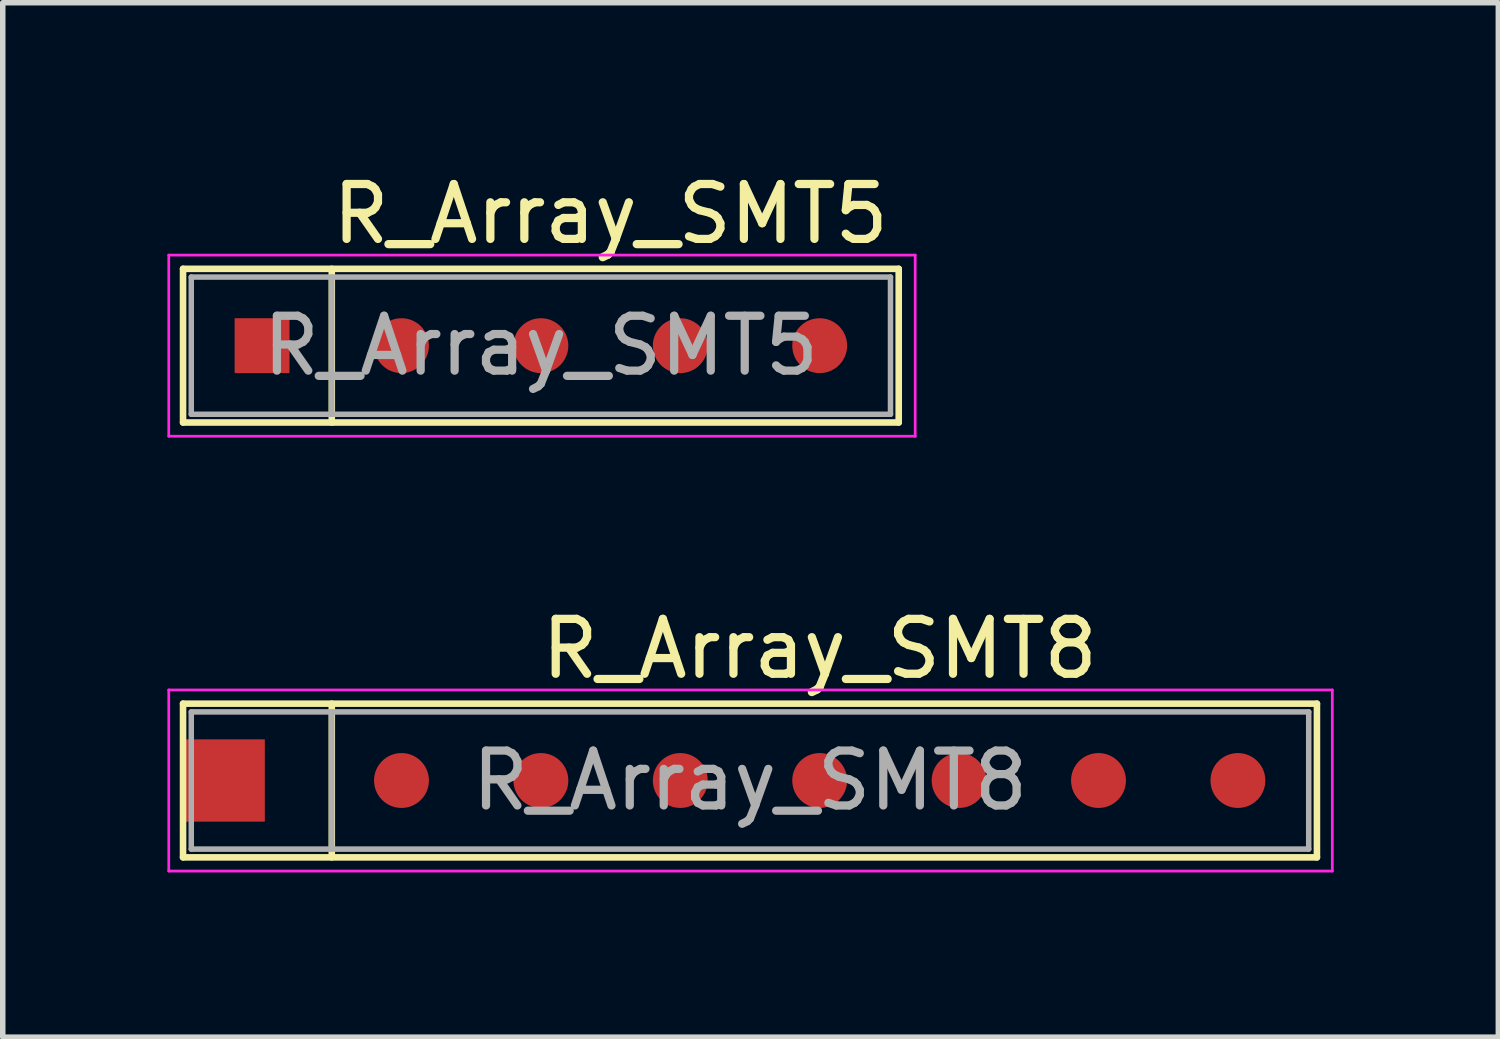
<source format=kicad_pcb>
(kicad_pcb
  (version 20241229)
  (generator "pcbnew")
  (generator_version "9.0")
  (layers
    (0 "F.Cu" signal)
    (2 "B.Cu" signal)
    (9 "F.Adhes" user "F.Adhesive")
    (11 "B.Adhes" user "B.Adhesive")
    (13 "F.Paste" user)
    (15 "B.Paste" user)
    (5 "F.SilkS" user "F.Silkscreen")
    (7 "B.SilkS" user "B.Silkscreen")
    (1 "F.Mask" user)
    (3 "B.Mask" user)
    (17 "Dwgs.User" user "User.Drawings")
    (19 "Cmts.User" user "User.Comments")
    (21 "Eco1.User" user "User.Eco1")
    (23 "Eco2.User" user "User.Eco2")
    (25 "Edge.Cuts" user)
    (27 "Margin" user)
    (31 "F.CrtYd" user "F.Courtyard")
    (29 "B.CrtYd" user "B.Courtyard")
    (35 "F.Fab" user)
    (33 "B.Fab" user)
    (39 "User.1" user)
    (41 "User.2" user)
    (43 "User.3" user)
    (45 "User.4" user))
  (footprint "R_Array_SMT8"
    (layer "F.Cu")
    (at 1.725 11.171)
    (property "Reference" "R_Array_SMT8" (at 10.16 -2.4 0) (layer "F.SilkS") (effects (font (size 1 1) (thickness 0.15))))
    (attr through_hole)
    (fp_line (start -1.44 -1.4) (end -1.44 1.4) (stroke (width 0.12) (type solid)) (layer "F.SilkS"))
    (fp_line (start -1.44 1.4) (end 19.22 1.4) (stroke (width 0.12) (type solid)) (layer "F.SilkS"))
    (fp_line (start 1.27 -1.4) (end 1.27 1.4) (stroke (width 0.12) (type solid)) (layer "F.SilkS"))
    (fp_line (start 19.22 -1.4) (end -1.44 -1.4) (stroke (width 0.12) (type solid)) (layer "F.SilkS"))
    (fp_line (start 19.22 1.4) (end 19.22 -1.4) (stroke (width 0.12) (type solid)) (layer "F.SilkS"))
    (fp_line (start -1.7 -1.65) (end -1.7 1.65) (stroke (width 0.05) (type solid)) (layer "F.CrtYd"))
    (fp_line (start -1.7 1.65) (end 19.5 1.65) (stroke (width 0.05) (type solid)) (layer "F.CrtYd"))
    (fp_line (start 19.5 -1.65) (end -1.7 -1.65) (stroke (width 0.05) (type solid)) (layer "F.CrtYd"))
    (fp_line (start 19.5 1.65) (end 19.5 -1.65) (stroke (width 0.05) (type solid)) (layer "F.CrtYd"))
    (fp_line (start -1.29 -1.25) (end -1.29 1.25) (stroke (width 0.1) (type solid)) (layer "F.Fab"))
    (fp_line (start -1.29 1.25) (end 19.07 1.25) (stroke (width 0.1) (type solid)) (layer "F.Fab"))
    (fp_line (start 1.27 -1.25) (end 1.27 1.25) (stroke (width 0.1) (type solid)) (layer "F.Fab"))
    (fp_line (start 19.07 -1.25) (end -1.29 -1.25) (stroke (width 0.1) (type solid)) (layer "F.Fab"))
    (fp_line (start 19.07 1.25) (end 19.07 -1.25) (stroke (width 0.1) (type solid)) (layer "F.Fab"))
    (fp_text user "${REFERENCE}" (at 8.89 0 0) (layer "F.Fab") (effects (font (size 1 1) (thickness 0.15))))
    (pad "1" smd rect (at -0.7 0) (size 1.5 1.5) (layers "F.Cu" "F.Mask" "F.Paste"))
    (pad "2" smd oval (at 2.54 0) (size 1 1) (layers "F.Cu" "F.Mask" "F.Paste"))
    (pad "3" smd oval (at 5.08 0) (size 1 1) (layers "F.Cu" "F.Mask" "F.Paste"))
    (pad "4" smd oval (at 7.62 0) (size 1 1) (layers "F.Cu" "F.Mask" "F.Paste"))
    (pad "5" smd oval (at 10.16 0) (size 1 1) (layers "F.Cu" "F.Mask" "F.Paste"))
    (pad "6" smd oval (at 12.7 0) (size 1 1) (layers "F.Cu" "F.Mask" "F.Paste"))
    (pad "7" smd oval (at 15.24 0) (size 1 1) (layers "F.Cu" "F.Mask" "F.Paste"))
    (pad "8" smd oval (at 17.78 0) (size 1 1) (layers "F.Cu" "F.Mask" "F.Paste")))
  (footprint "R_Array_SMT5"
    (layer "F.Cu")
    (at 1.725 3.248)
    (property "Reference" "R_Array_SMT5" (at 6.35 -2.4 0) (layer "F.SilkS") (effects (font (size 1 1) (thickness 0.15))))
    (attr through_hole)
    (fp_line (start -1.44 -1.4) (end -1.44 1.4) (stroke (width 0.12) (type solid)) (layer "F.SilkS"))
    (fp_line (start -1.44 1.4) (end 11.6 1.4) (stroke (width 0.12) (type solid)) (layer "F.SilkS"))
    (fp_line (start 1.27 -1.4) (end 1.27 1.4) (stroke (width 0.12) (type solid)) (layer "F.SilkS"))
    (fp_line (start 11.6 -1.4) (end -1.44 -1.4) (stroke (width 0.12) (type solid)) (layer "F.SilkS"))
    (fp_line (start 11.6 1.4) (end 11.6 -1.4) (stroke (width 0.12) (type solid)) (layer "F.SilkS"))
    (fp_line (start -1.7 -1.65) (end -1.7 1.65) (stroke (width 0.05) (type solid)) (layer "F.CrtYd"))
    (fp_line (start -1.7 1.65) (end 11.9 1.65) (stroke (width 0.05) (type solid)) (layer "F.CrtYd"))
    (fp_line (start 11.9 -1.65) (end -1.7 -1.65) (stroke (width 0.05) (type solid)) (layer "F.CrtYd"))
    (fp_line (start 11.9 1.65) (end 11.9 -1.65) (stroke (width 0.05) (type solid)) (layer "F.CrtYd"))
    (fp_line (start -1.29 -1.25) (end -1.29 1.25) (stroke (width 0.1) (type solid)) (layer "F.Fab"))
    (fp_line (start -1.29 1.25) (end 11.45 1.25) (stroke (width 0.1) (type solid)) (layer "F.Fab"))
    (fp_line (start 1.27 -1.25) (end 1.27 1.25) (stroke (width 0.1) (type solid)) (layer "F.Fab"))
    (fp_line (start 11.45 -1.25) (end -1.29 -1.25) (stroke (width 0.1) (type solid)) (layer "F.Fab"))
    (fp_line (start 11.45 1.25) (end 11.45 -1.25) (stroke (width 0.1) (type solid)) (layer "F.Fab"))
    (fp_text user "${REFERENCE}" (at 5.08 0 0) (layer "F.Fab") (effects (font (size 1 1) (thickness 0.15))))
    (pad "1" smd rect (at 0 0) (size 1 1) (layers "F.Cu" "F.Mask" "F.Paste"))
    (pad "2" smd oval (at 2.54 0) (size 1 1) (layers "F.Cu" "F.Mask" "F.Paste"))
    (pad "3" smd oval (at 5.08 0) (size 1 1) (layers "F.Cu" "F.Mask" "F.Paste"))
    (pad "4" smd oval (at 7.62 0) (size 1 1) (layers "F.Cu" "F.Mask" "F.Paste"))
    (pad "5" smd oval (at 10.16 0) (size 1 1) (layers "F.Cu" "F.Mask" "F.Paste")))
  (gr_rect
    (start -3 -3)
    (end 24.25 15.847)
    (stroke (width 0.1) (type default))
    (fill no)
    (layer "Edge.Cuts")))
</source>
